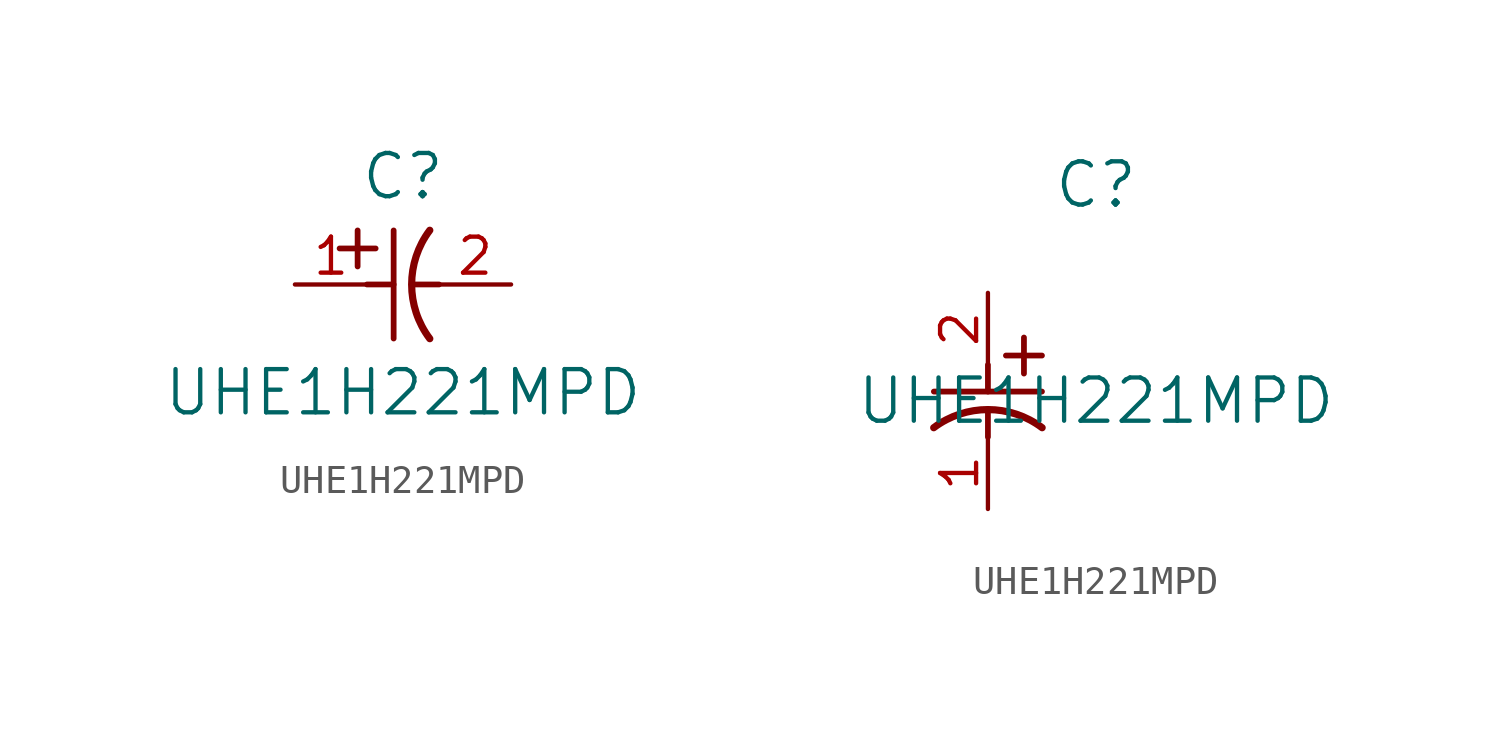
<source format=kicad_sym>
(kicad_symbol_lib
  (version 20211014)
  (generator kicad_symbol_editor)
  (symbol "UHE1H221MPD"
    (pin_names
      (offset 0.254))
    (property "Reference" "C"
      (at 3.81 3.81 0)
      (effects (font (size 1.524 1.524))))
    (property "Value" "UHE1H221MPD"
      (at 3.81 -3.81 0)
      (effects (font (size 1.524 1.524))))
    (symbol "UHE1H221MPD_1_1"
      (polyline (pts (xy 2.21 0.635) (xy 2.21 1.905)) (stroke (width 0.203) (type default) (color 0 0 0 0)) (fill (type none)))
      (arc (start 4.754132 1.910763) (mid 4.1148 0) (end 4.754132 -1.910763) (stroke (width 0.254) (type default) (color 0 0 0 0)) (fill (type none)))
      (polyline (pts (xy 4.115 0) (xy 5.08 0)) (stroke (width 0.203) (type default) (color 0 0 0 0)) (fill (type none)))
      (polyline (pts (xy 3.48 -1.905) (xy 3.48 1.905)) (stroke (width 0.203) (type default) (color 0 0 0 0)) (fill (type none)))
      (polyline (pts (xy 1.575 1.27) (xy 2.845 1.27)) (stroke (width 0.203) (type default) (color 0 0 0 0)) (fill (type none)))
      (polyline (pts (xy 2.54 0) (xy 3.48 0)) (stroke (width 0.203) (type default) (color 0 0 0 0)) (fill (type none)))
      (pin unspecified line (at 0 0 0) (length 2.54) (name "" (effects (font (size 1.27 1.27)))) (number "1" (effects (font (size 1.27 1.27)))))
      (pin unspecified line (at 7.62 0 180) (length 2.54) (name "" (effects (font (size 1.27 1.27)))) (number "2" (effects (font (size 1.27 1.27))))))
    (symbol "UHE1H221MPD_1_2"
      (polyline (pts (xy 0 -2.54) (xy 0 -3.48)) (stroke (width 0.203) (type default) (color 0 0 0 0)) (fill (type none)))
      (arc (start 1.910763 -4.754132) (mid 0 -4.1148) (end -1.910763 -4.754132) (stroke (width 0.254) (type default) (color 0 0 0 0)) (fill (type none)))
      (polyline (pts (xy -1.905 -3.48) (xy 1.905 -3.48)) (stroke (width 0.203) (type default) (color 0 0 0 0)) (fill (type none)))
      (polyline (pts (xy 0.635 -2.21) (xy 1.905 -2.21)) (stroke (width 0.203) (type default) (color 0 0 0 0)) (fill (type none)))
      (polyline (pts (xy 1.27 -1.575) (xy 1.27 -2.845)) (stroke (width 0.203) (type default) (color 0 0 0 0)) (fill (type none)))
      (polyline (pts (xy 0 -4.115) (xy 0 -5.08)) (stroke (width 0.203) (type default) (color 0 0 0 0)) (fill (type none)))
      (pin unspecified line (at 0 -7.62 90) (length 2.54) (name "" (effects (font (size 1.27 1.27)))) (number "1" (effects (font (size 1.27 1.27)))))
      (pin unspecified line (at 0 0 270) (length 2.54) (name "" (effects (font (size 1.27 1.27)))) (number "2" (effects (font (size 1.27 1.27))))))))
</source>
